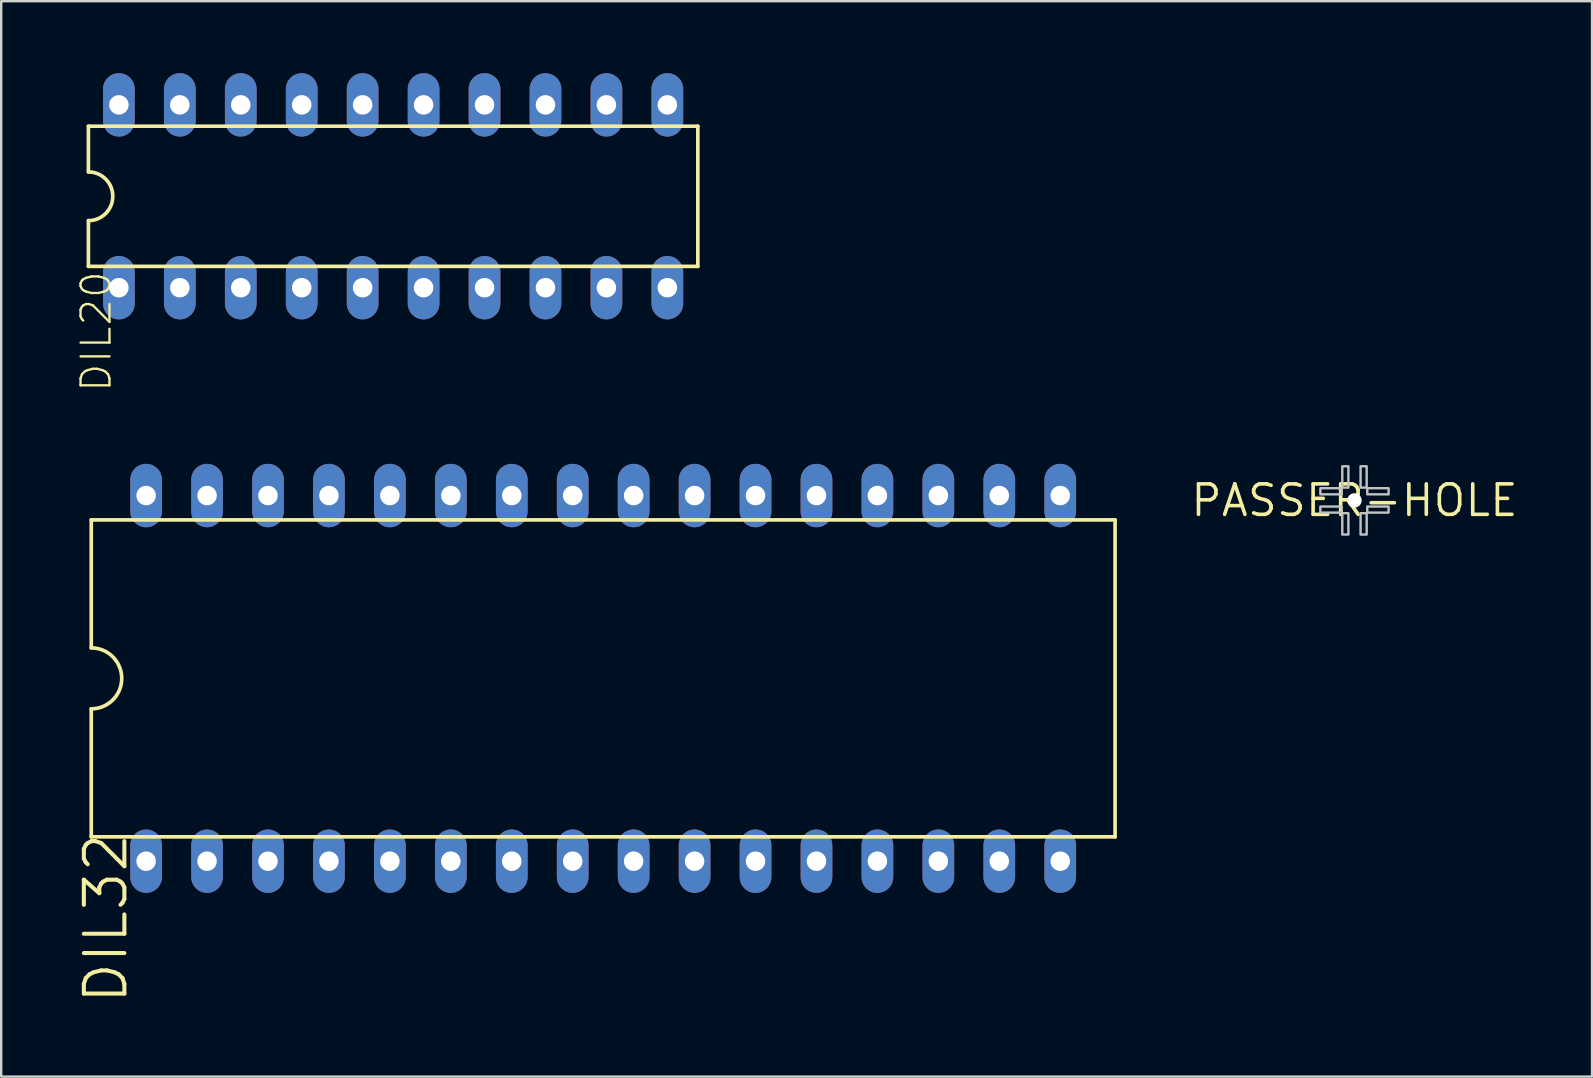
<source format=kicad_pcb>
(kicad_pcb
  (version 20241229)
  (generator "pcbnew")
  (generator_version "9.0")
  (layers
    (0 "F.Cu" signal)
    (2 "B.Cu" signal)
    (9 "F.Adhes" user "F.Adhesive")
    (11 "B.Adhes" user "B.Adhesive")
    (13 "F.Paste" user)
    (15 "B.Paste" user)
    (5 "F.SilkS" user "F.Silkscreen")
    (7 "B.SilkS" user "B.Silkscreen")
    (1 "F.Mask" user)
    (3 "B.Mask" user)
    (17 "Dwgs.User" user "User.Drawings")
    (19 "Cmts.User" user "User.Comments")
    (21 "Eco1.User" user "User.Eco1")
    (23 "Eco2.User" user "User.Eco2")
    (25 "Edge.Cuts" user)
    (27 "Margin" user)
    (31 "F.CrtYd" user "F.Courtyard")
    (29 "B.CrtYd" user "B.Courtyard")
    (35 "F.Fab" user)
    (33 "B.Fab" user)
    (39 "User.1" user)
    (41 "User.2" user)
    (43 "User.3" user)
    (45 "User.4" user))
  (footprint "DIL32"
    (layer "F.Cu")
    (at 22.09 25.224)
    (property "Reference" "DIL32" (at -21.717 6.35 90) (layer "F.SilkS") (effects (font (size 1.689 1.689) (thickness 0.169)) (justify right top)))
    (attr through_hole)
    (fp_line (start -21.336 -6.604) (end -21.336 -1.27) (stroke (width 0.152) (type solid)) (layer "F.SilkS"))
    (fp_line (start -21.336 -6.604) (end 21.336 -6.604) (stroke (width 0.152) (type solid)) (layer "F.SilkS"))
    (fp_line (start -21.336 1.27) (end -21.336 6.604) (stroke (width 0.152) (type solid)) (layer "F.SilkS"))
    (fp_line (start -21.336 6.604) (end 21.336 6.604) (stroke (width 0.152) (type solid)) (layer "F.SilkS"))
    (fp_line (start 21.336 6.604) (end 21.336 -6.604) (stroke (width 0.152) (type solid)) (layer "F.SilkS"))
    (fp_arc (start -21.336 -1.27) (mid -20.066 0) (end -21.336 1.27) (stroke (width 0.1524) (type solid)) (layer "F.SilkS"))
    (pad "1" thru_hole oval (at -19.05 7.62 90) (size 2.642 1.321) (drill 0.813) (layers "*.Cu" "*.Mask"))
    (pad "2" thru_hole oval (at -16.51 7.62 90) (size 2.642 1.321) (drill 0.813) (layers "*.Cu" "*.Mask"))
    (pad "3" thru_hole oval (at -13.97 7.62 90) (size 2.642 1.321) (drill 0.813) (layers "*.Cu" "*.Mask"))
    (pad "4" thru_hole oval (at -11.43 7.62 90) (size 2.642 1.321) (drill 0.813) (layers "*.Cu" "*.Mask"))
    (pad "5" thru_hole oval (at -8.89 7.62 90) (size 2.642 1.321) (drill 0.813) (layers "*.Cu" "*.Mask"))
    (pad "6" thru_hole oval (at -6.35 7.62 90) (size 2.642 1.321) (drill 0.813) (layers "*.Cu" "*.Mask"))
    (pad "7" thru_hole oval (at -3.81 7.62 90) (size 2.642 1.321) (drill 0.813) (layers "*.Cu" "*.Mask"))
    (pad "8" thru_hole oval (at -1.27 7.62 90) (size 2.642 1.321) (drill 0.813) (layers "*.Cu" "*.Mask"))
    (pad "9" thru_hole oval (at 1.27 7.62 90) (size 2.642 1.321) (drill 0.813) (layers "*.Cu" "*.Mask"))
    (pad "10" thru_hole oval (at 3.81 7.62 90) (size 2.642 1.321) (drill 0.813) (layers "*.Cu" "*.Mask"))
    (pad "11" thru_hole oval (at 6.35 7.62 90) (size 2.642 1.321) (drill 0.813) (layers "*.Cu" "*.Mask"))
    (pad "12" thru_hole oval (at 8.89 7.62 90) (size 2.642 1.321) (drill 0.813) (layers "*.Cu" "*.Mask"))
    (pad "13" thru_hole oval (at 11.43 7.62 90) (size 2.642 1.321) (drill 0.813) (layers "*.Cu" "*.Mask"))
    (pad "14" thru_hole oval (at 13.97 7.62 90) (size 2.642 1.321) (drill 0.813) (layers "*.Cu" "*.Mask"))
    (pad "15" thru_hole oval (at 16.51 7.62 90) (size 2.642 1.321) (drill 0.813) (layers "*.Cu" "*.Mask"))
    (pad "16" thru_hole oval (at 19.05 7.62 90) (size 2.642 1.321) (drill 0.813) (layers "*.Cu" "*.Mask"))
    (pad "17" thru_hole oval (at 19.05 -7.62 90) (size 2.642 1.321) (drill 0.813) (layers "*.Cu" "*.Mask"))
    (pad "18" thru_hole oval (at 16.51 -7.62 90) (size 2.642 1.321) (drill 0.813) (layers "*.Cu" "*.Mask"))
    (pad "19" thru_hole oval (at 13.97 -7.62 90) (size 2.642 1.321) (drill 0.813) (layers "*.Cu" "*.Mask"))
    (pad "20" thru_hole oval (at 11.43 -7.62 90) (size 2.642 1.321) (drill 0.813) (layers "*.Cu" "*.Mask"))
    (pad "21" thru_hole oval (at 8.89 -7.62 90) (size 2.642 1.321) (drill 0.813) (layers "*.Cu" "*.Mask"))
    (pad "22" thru_hole oval (at 6.35 -7.62 90) (size 2.642 1.321) (drill 0.813) (layers "*.Cu" "*.Mask"))
    (pad "23" thru_hole oval (at 3.81 -7.62 90) (size 2.642 1.321) (drill 0.813) (layers "*.Cu" "*.Mask"))
    (pad "24" thru_hole oval (at 1.27 -7.62 90) (size 2.642 1.321) (drill 0.813) (layers "*.Cu" "*.Mask"))
    (pad "25" thru_hole oval (at -1.27 -7.62 90) (size 2.642 1.321) (drill 0.813) (layers "*.Cu" "*.Mask"))
    (pad "26" thru_hole oval (at -3.81 -7.62 90) (size 2.642 1.321) (drill 0.813) (layers "*.Cu" "*.Mask"))
    (pad "27" thru_hole oval (at -6.35 -7.62 90) (size 2.642 1.321) (drill 0.813) (layers "*.Cu" "*.Mask"))
    (pad "28" thru_hole oval (at -8.89 -7.62 90) (size 2.642 1.321) (drill 0.813) (layers "*.Cu" "*.Mask"))
    (pad "29" thru_hole oval (at -11.43 -7.62 90) (size 2.642 1.321) (drill 0.813) (layers "*.Cu" "*.Mask"))
    (pad "30" thru_hole oval (at -13.97 -7.62 90) (size 2.642 1.321) (drill 0.813) (layers "*.Cu" "*.Mask"))
    (pad "31" thru_hole oval (at -16.51 -7.62 90) (size 2.642 1.321) (drill 0.813) (layers "*.Cu" "*.Mask"))
    (pad "32" thru_hole oval (at -19.05 -7.62 90) (size 2.642 1.321) (drill 0.813) (layers "*.Cu" "*.Mask")))
  (footprint "PASSER-HOLE"
    (layer "F.Cu")
    (at 53.404 17.807)
    (property "Reference" "PASSER-HOLE" (at 0 0 0) (layer "F.SilkS") (effects (font (size 1.27 1.27) (thickness 0.15))))
    (attr through_hole)
    (fp_poly (pts (xy -1.524 1.524) (xy 1.524 1.524) (xy 1.524 -1.524) (xy -1.524 -1.524)) (stroke (width 0) (type solid)) (fill yes) (layer "F.Mask"))
    (fp_poly (pts (xy -1.422 -0.254) (xy -0.533 -0.254) (xy -0.533 -0.508) (xy -1.422 -0.508)) (stroke (width 0.1) (type solid)) (fill no) (layer "Dwgs.User"))
    (fp_poly (pts (xy -1.422 0.508) (xy -0.533 0.508) (xy -0.533 0.254) (xy -1.422 0.254)) (stroke (width 0.1) (type solid)) (fill no) (layer "Dwgs.User"))
    (fp_poly (pts (xy -0.508 -0.533) (xy -0.254 -0.533) (xy -0.254 -1.422) (xy -0.508 -1.422)) (stroke (width 0.1) (type solid)) (fill no) (layer "Dwgs.User"))
    (fp_poly (pts (xy -0.508 1.422) (xy -0.254 1.422) (xy -0.254 0.533) (xy -0.508 0.533)) (stroke (width 0.1) (type solid)) (fill no) (layer "Dwgs.User"))
    (fp_poly (pts (xy 0.254 -0.533) (xy 0.508 -0.533) (xy 0.508 -1.422) (xy 0.254 -1.422)) (stroke (width 0.1) (type solid)) (fill no) (layer "Dwgs.User"))
    (fp_poly (pts (xy 0.254 1.422) (xy 0.508 1.422) (xy 0.508 0.533) (xy 0.254 0.533)) (stroke (width 0.1) (type solid)) (fill no) (layer "Dwgs.User"))
    (fp_poly (pts (xy 0.533 -0.254) (xy 1.422 -0.254) (xy 1.422 -0.508) (xy 0.533 -0.508)) (stroke (width 0.1) (type solid)) (fill no) (layer "Dwgs.User"))
    (fp_poly (pts (xy 0.533 0.508) (xy 1.422 0.508) (xy 1.422 0.254) (xy 0.533 0.254)) (stroke (width 0.1) (type solid)) (fill no) (layer "Dwgs.User"))
    (pad "" np_thru_hole circle (at 0 0) (size 0.6 0.6) (drill 0.6) (layers "*.Cu")))
  (footprint "DIL20"
    (layer "F.Cu")
    (at 13.335 5.131)
    (property "Reference" "DIL20" (at -13.081 3.048 90) (layer "F.SilkS") (effects (font (size 1.206 1.206) (thickness 0.097)) (justify right top)))
    (attr through_hole)
    (fp_line (start -12.7 -2.921) (end -12.7 -1.016) (stroke (width 0.152) (type solid)) (layer "F.SilkS"))
    (fp_line (start -12.7 2.921) (end -12.7 1.016) (stroke (width 0.152) (type solid)) (layer "F.SilkS"))
    (fp_line (start -12.7 2.921) (end 12.7 2.921) (stroke (width 0.152) (type solid)) (layer "F.SilkS"))
    (fp_line (start 12.7 -2.921) (end -12.7 -2.921) (stroke (width 0.152) (type solid)) (layer "F.SilkS"))
    (fp_line (start 12.7 -2.921) (end 12.7 2.921) (stroke (width 0.152) (type solid)) (layer "F.SilkS"))
    (fp_arc (start -12.7 -1.016) (mid -11.684 0) (end -12.7 1.016) (stroke (width 0.1524) (type solid)) (layer "F.SilkS"))
    (pad "1" thru_hole oval (at -11.43 3.81 90) (size 2.642 1.321) (drill 0.813) (layers "*.Cu" "*.Mask"))
    (pad "2" thru_hole oval (at -8.89 3.81 90) (size 2.642 1.321) (drill 0.813) (layers "*.Cu" "*.Mask"))
    (pad "3" thru_hole oval (at -6.35 3.81 90) (size 2.642 1.321) (drill 0.813) (layers "*.Cu" "*.Mask"))
    (pad "4" thru_hole oval (at -3.81 3.81 90) (size 2.642 1.321) (drill 0.813) (layers "*.Cu" "*.Mask"))
    (pad "5" thru_hole oval (at -1.27 3.81 90) (size 2.642 1.321) (drill 0.813) (layers "*.Cu" "*.Mask"))
    (pad "6" thru_hole oval (at 1.27 3.81 90) (size 2.642 1.321) (drill 0.813) (layers "*.Cu" "*.Mask"))
    (pad "7" thru_hole oval (at 3.81 3.81 90) (size 2.642 1.321) (drill 0.813) (layers "*.Cu" "*.Mask"))
    (pad "8" thru_hole oval (at 6.35 3.81 90) (size 2.642 1.321) (drill 0.813) (layers "*.Cu" "*.Mask"))
    (pad "9" thru_hole oval (at 8.89 3.81 90) (size 2.642 1.321) (drill 0.813) (layers "*.Cu" "*.Mask"))
    (pad "10" thru_hole oval (at 11.43 3.81 90) (size 2.642 1.321) (drill 0.813) (layers "*.Cu" "*.Mask"))
    (pad "11" thru_hole oval (at 11.43 -3.81 90) (size 2.642 1.321) (drill 0.813) (layers "*.Cu" "*.Mask"))
    (pad "12" thru_hole oval (at 8.89 -3.81 90) (size 2.642 1.321) (drill 0.813) (layers "*.Cu" "*.Mask"))
    (pad "13" thru_hole oval (at 6.35 -3.81 90) (size 2.642 1.321) (drill 0.813) (layers "*.Cu" "*.Mask"))
    (pad "14" thru_hole oval (at 3.81 -3.81 90) (size 2.642 1.321) (drill 0.813) (layers "*.Cu" "*.Mask"))
    (pad "15" thru_hole oval (at 1.27 -3.81 90) (size 2.642 1.321) (drill 0.813) (layers "*.Cu" "*.Mask"))
    (pad "16" thru_hole oval (at -1.27 -3.81 90) (size 2.642 1.321) (drill 0.813) (layers "*.Cu" "*.Mask"))
    (pad "17" thru_hole oval (at -3.81 -3.81 90) (size 2.642 1.321) (drill 0.813) (layers "*.Cu" "*.Mask"))
    (pad "18" thru_hole oval (at -6.35 -3.81 90) (size 2.642 1.321) (drill 0.813) (layers "*.Cu" "*.Mask"))
    (pad "19" thru_hole oval (at -8.89 -3.81 90) (size 2.642 1.321) (drill 0.813) (layers "*.Cu" "*.Mask"))
    (pad "20" thru_hole oval (at -11.43 -3.81 90) (size 2.642 1.321) (drill 0.813) (layers "*.Cu" "*.Mask")))
  (gr_rect
    (start -3 -3)
    (end 63.306 41.821)
    (stroke (width 0.1) (type default))
    (fill no)
    (layer "Edge.Cuts")))
</source>
